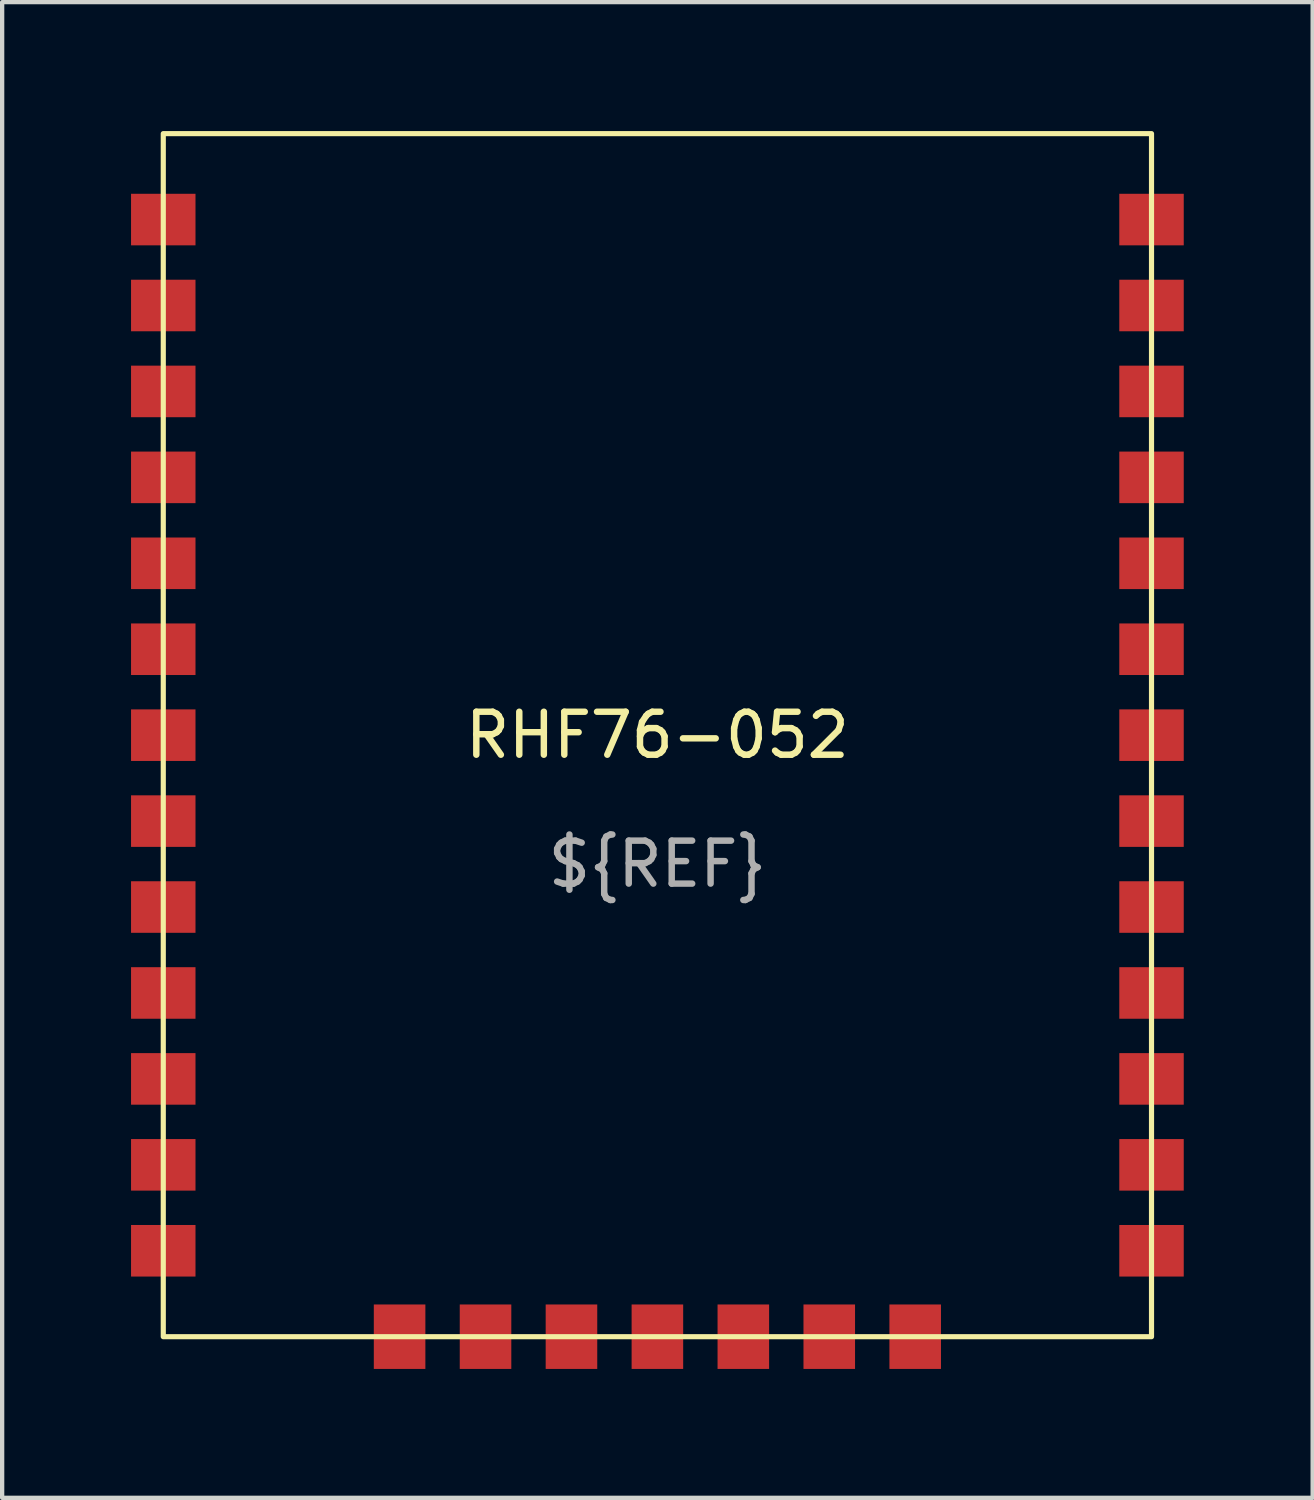
<source format=kicad_pcb>
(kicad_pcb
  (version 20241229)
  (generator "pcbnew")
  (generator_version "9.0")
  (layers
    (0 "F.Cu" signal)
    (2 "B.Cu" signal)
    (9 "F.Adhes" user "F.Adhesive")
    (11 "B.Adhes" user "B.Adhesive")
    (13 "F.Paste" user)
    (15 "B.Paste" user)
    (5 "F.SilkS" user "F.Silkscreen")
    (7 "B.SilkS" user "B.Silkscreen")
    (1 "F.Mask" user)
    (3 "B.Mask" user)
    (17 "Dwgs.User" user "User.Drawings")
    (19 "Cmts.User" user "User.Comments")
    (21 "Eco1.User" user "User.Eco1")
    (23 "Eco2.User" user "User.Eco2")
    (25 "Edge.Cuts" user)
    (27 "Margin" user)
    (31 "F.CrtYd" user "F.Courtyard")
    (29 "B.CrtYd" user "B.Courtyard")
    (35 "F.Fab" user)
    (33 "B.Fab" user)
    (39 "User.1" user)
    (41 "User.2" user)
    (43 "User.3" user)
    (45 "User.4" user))
  (footprint "RHF76-052"
    (layer "F.Cu")
    (at 12.25 14.56)
    (property "Reference" "RHF76-052" (at 0 -0.5 0) (unlocked yes) (layer "F.SilkS") (effects (font (size 1 1) (thickness 0.15))))
    (attr through_hole)
    (fp_rect (start -11.5 13.5) (end 11.5 -14.5) (stroke (width 0.12) (type solid)) (fill no) (layer "F.SilkS"))
    (fp_text user "${REF}" (at 0 2.5 0) (unlocked yes) (layer "F.Fab") (effects (font (size 1 1) (thickness 0.15))))
    (pad "1" smd rect (at -11.5 -12.5) (size 1.5 1.2) (layers "F.Cu" "F.Mask" "F.Paste"))
    (pad "2" smd rect (at -11.5 -10.5) (size 1.5 1.2) (layers "F.Cu" "F.Mask" "F.Paste"))
    (pad "3" smd rect (at -11.5 -8.5) (size 1.5 1.2) (layers "F.Cu" "F.Mask" "F.Paste"))
    (pad "4" smd rect (at -11.5 -6.5) (size 1.5 1.2) (layers "F.Cu" "F.Mask" "F.Paste"))
    (pad "5" smd rect (at -11.5 -4.5) (size 1.5 1.2) (layers "F.Cu" "F.Mask" "F.Paste"))
    (pad "6" smd rect (at -11.5 -2.5) (size 1.5 1.2) (layers "F.Cu" "F.Mask" "F.Paste"))
    (pad "7" smd rect (at -11.5 -0.5) (size 1.5 1.2) (layers "F.Cu" "F.Mask" "F.Paste"))
    (pad "8" smd rect (at -11.5 1.5) (size 1.5 1.2) (layers "F.Cu" "F.Mask" "F.Paste"))
    (pad "9" smd rect (at -11.5 3.5) (size 1.5 1.2) (layers "F.Cu" "F.Mask" "F.Paste"))
    (pad "10" smd rect (at -11.5 5.5) (size 1.5 1.2) (layers "F.Cu" "F.Mask" "F.Paste"))
    (pad "11" smd rect (at -11.5 7.5) (size 1.5 1.2) (layers "F.Cu" "F.Mask" "F.Paste"))
    (pad "12" smd rect (at -11.5 9.5) (size 1.5 1.2) (layers "F.Cu" "F.Mask" "F.Paste"))
    (pad "13" smd rect (at -11.5 11.5) (size 1.5 1.2) (layers "F.Cu" "F.Mask" "F.Paste"))
    (pad "14" smd rect (at -6 13.5 90) (size 1.5 1.2) (layers "F.Cu" "F.Mask" "F.Paste"))
    (pad "15" smd rect (at -4 13.5 90) (size 1.5 1.2) (layers "F.Cu" "F.Mask" "F.Paste"))
    (pad "16" smd rect (at -2 13.5 90) (size 1.5 1.2) (layers "F.Cu" "F.Mask" "F.Paste"))
    (pad "17" smd rect (at 0 13.5 90) (size 1.5 1.2) (layers "F.Cu" "F.Mask" "F.Paste"))
    (pad "18" smd rect (at 2 13.5 90) (size 1.5 1.2) (layers "F.Cu" "F.Mask" "F.Paste"))
    (pad "19" smd rect (at 4 13.5 90) (size 1.5 1.2) (layers "F.Cu" "F.Mask" "F.Paste"))
    (pad "20" smd rect (at 6 13.5 90) (size 1.5 1.2) (layers "F.Cu" "F.Mask" "F.Paste"))
    (pad "21" smd rect (at 11.5 11.5 180) (size 1.5 1.2) (layers "F.Cu" "F.Mask" "F.Paste"))
    (pad "22" smd rect (at 11.5 9.5 180) (size 1.5 1.2) (layers "F.Cu" "F.Mask" "F.Paste"))
    (pad "23" smd rect (at 11.5 7.5 180) (size 1.5 1.2) (layers "F.Cu" "F.Mask" "F.Paste"))
    (pad "24" smd rect (at 11.5 5.5 180) (size 1.5 1.2) (layers "F.Cu" "F.Mask" "F.Paste"))
    (pad "25" smd rect (at 11.5 3.5 180) (size 1.5 1.2) (layers "F.Cu" "F.Mask" "F.Paste"))
    (pad "26" smd rect (at 11.5 1.5 180) (size 1.5 1.2) (layers "F.Cu" "F.Mask" "F.Paste"))
    (pad "27" smd rect (at 11.5 -0.5 180) (size 1.5 1.2) (layers "F.Cu" "F.Mask" "F.Paste"))
    (pad "28" smd rect (at 11.5 -2.5 180) (size 1.5 1.2) (layers "F.Cu" "F.Mask" "F.Paste"))
    (pad "29" smd rect (at 11.5 -4.5 180) (size 1.5 1.2) (layers "F.Cu" "F.Mask" "F.Paste"))
    (pad "30" smd rect (at 11.5 -6.5 180) (size 1.5 1.2) (layers "F.Cu" "F.Mask" "F.Paste"))
    (pad "31" smd rect (at 11.5 -8.5 180) (size 1.5 1.2) (layers "F.Cu" "F.Mask" "F.Paste"))
    (pad "32" smd rect (at 11.5 -10.5 180) (size 1.5 1.2) (layers "F.Cu" "F.Mask" "F.Paste"))
    (pad "33" smd rect (at 11.5 -12.5 180) (size 1.5 1.2) (layers "F.Cu" "F.Mask" "F.Paste")))
  (gr_rect
    (start -3 -3)
    (end 27.5 31.81)
    (stroke (width 0.1) (type default))
    (fill no)
    (layer "Edge.Cuts")))
</source>
